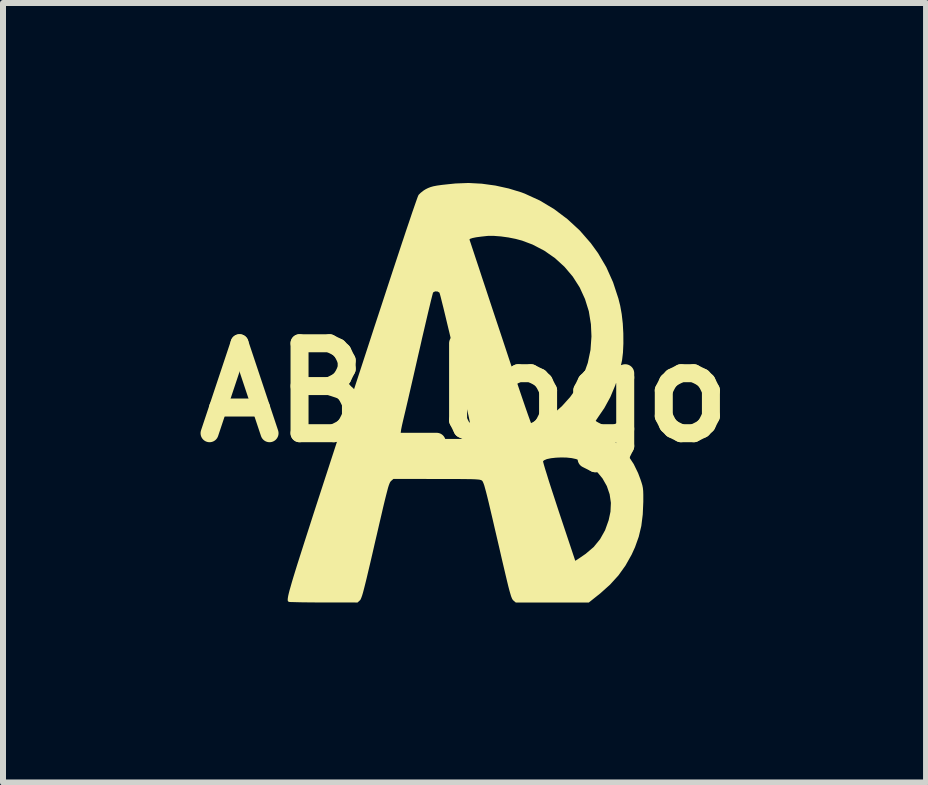
<source format=kicad_pcb>
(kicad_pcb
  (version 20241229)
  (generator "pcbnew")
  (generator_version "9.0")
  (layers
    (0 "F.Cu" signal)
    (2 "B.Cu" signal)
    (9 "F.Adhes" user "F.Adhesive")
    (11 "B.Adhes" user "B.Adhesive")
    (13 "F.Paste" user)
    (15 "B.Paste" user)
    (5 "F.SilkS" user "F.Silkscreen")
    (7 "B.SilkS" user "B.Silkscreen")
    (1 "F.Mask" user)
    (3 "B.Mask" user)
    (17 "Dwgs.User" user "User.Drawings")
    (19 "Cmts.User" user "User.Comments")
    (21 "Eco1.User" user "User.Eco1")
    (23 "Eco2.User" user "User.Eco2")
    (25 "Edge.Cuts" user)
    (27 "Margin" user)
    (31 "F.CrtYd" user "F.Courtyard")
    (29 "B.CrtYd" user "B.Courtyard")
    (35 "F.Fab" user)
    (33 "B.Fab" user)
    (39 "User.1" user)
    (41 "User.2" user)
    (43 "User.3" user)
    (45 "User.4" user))
  (footprint "AB_logo"
    (layer "F.Cu")
    (at 4.693 3.493)
    (property "Reference" "AB_logo" (at 0 0 0) (layer "F.SilkS") (effects (font (size 1.5 1.5) (thickness 0.3))))
    (attr board_only exclude_from_pos_files exclude_from_bom)
    (fp_poly (pts (xy 0.288 -3.481) (xy 0.515 -3.45) (xy 0.737 -3.401) (xy 0.947 -3.337) (xy 1.005 -3.315) (xy 1.256 -3.2) (xy 1.493 -3.058) (xy 1.716 -2.89) (xy 1.921 -2.701) (xy 2.105 -2.49) (xy 2.226 -2.323) (xy 2.363 -2.09) (xy 2.476 -1.838) (xy 2.565 -1.567) (xy 2.595 -1.447) (xy 2.62 -1.308) (xy 2.638 -1.151) (xy 2.647 -0.985) (xy 2.648 -0.819) (xy 2.641 -0.664) (xy 2.626 -0.539) (xy 2.58 -0.329) (xy 2.513 -0.121) (xy 2.43 0.077) (xy 2.331 0.258) (xy 2.228 0.409) (xy 2.187 0.47) (xy 2.169 0.52) (xy 2.168 0.535) (xy 2.178 0.583) (xy 2.202 0.62) (xy 2.234 0.635) (xy 2.236 0.635) (xy 2.267 0.645) (xy 2.314 0.673) (xy 2.374 0.714) (xy 2.441 0.765) (xy 2.509 0.822) (xy 2.574 0.881) (xy 2.619 0.926) (xy 2.731 1.057) (xy 2.82 1.192) (xy 2.893 1.342) (xy 2.93 1.44) (xy 2.95 1.499) (xy 2.964 1.546) (xy 2.973 1.591) (xy 2.978 1.64) (xy 2.98 1.701) (xy 2.98 1.783) (xy 2.98 1.82) (xy 2.971 2.032) (xy 2.947 2.224) (xy 2.904 2.404) (xy 2.842 2.578) (xy 2.785 2.703) (xy 2.683 2.884) (xy 2.565 3.049) (xy 2.426 3.202) (xy 2.262 3.349) (xy 2.224 3.379) (xy 2.072 3.5) (xy 1.463 3.5) (xy 0.854 3.5) (xy 0.813 3.465) (xy 0.805 3.456) (xy 0.796 3.443) (xy 0.787 3.423) (xy 0.776 3.395) (xy 0.764 3.355) (xy 0.749 3.303) (xy 0.731 3.234) (xy 0.71 3.148) (xy 0.685 3.043) (xy 0.655 2.915) (xy 0.619 2.762) (xy 0.578 2.583) (xy 0.55 2.463) (xy 0.504 2.266) (xy 0.465 2.097) (xy 0.431 1.953) (xy 0.403 1.834) (xy 0.379 1.736) (xy 0.359 1.657) (xy 0.342 1.595) (xy 0.329 1.548) (xy 0.317 1.515) (xy 0.307 1.491) (xy 0.299 1.477) (xy 0.291 1.468) (xy 0.281 1.462) (xy 0.267 1.457) (xy 0.246 1.452) (xy 0.215 1.449) (xy 0.172 1.446) (xy 0.115 1.444) (xy 0.039 1.443) (xy -0.057 1.442) (xy -0.176 1.441) (xy -0.321 1.441) (xy -0.465 1.441) (xy -1.185 1.44) (xy -1.225 1.475) (xy -1.233 1.484) (xy -1.242 1.498) (xy -1.251 1.518) (xy -1.262 1.547) (xy -1.275 1.588) (xy -1.289 1.642) (xy -1.307 1.711) (xy -1.329 1.799) (xy -1.355 1.907) (xy -1.385 2.037) (xy -1.421 2.191) (xy -1.463 2.373) (xy -1.486 2.47) (xy -1.531 2.667) (xy -1.57 2.835) (xy -1.604 2.978) (xy -1.632 3.097) (xy -1.656 3.194) (xy -1.676 3.273) (xy -1.692 3.334) (xy -1.706 3.381) (xy -1.718 3.415) (xy -1.728 3.439) (xy -1.736 3.455) (xy -1.745 3.465) (xy -1.745 3.465) (xy -1.783 3.5) (xy -2.343 3.499) (xy -2.473 3.499) (xy -2.593 3.498) (xy -2.699 3.497) (xy -2.789 3.495) (xy -2.859 3.493) (xy -2.905 3.492) (xy -2.924 3.49) (xy -2.931 3.487) (xy -2.937 3.484) (xy -2.942 3.479) (xy -2.946 3.471) (xy -2.947 3.459) (xy -2.947 3.442) (xy -2.944 3.419) (xy -2.939 3.389) (xy -2.93 3.35) (xy -2.918 3.302) (xy -2.901 3.243) (xy -2.881 3.172) (xy -2.856 3.088) (xy -2.826 2.99) (xy -2.791 2.877) (xy -2.75 2.748) (xy -2.703 2.601) (xy -2.65 2.435) (xy -2.59 2.249) (xy -2.524 2.043) (xy -2.45 1.815) (xy -2.368 1.563) (xy -2.278 1.287) (xy -2.232 1.145) (xy 1.309 1.145) (xy 1.312 1.162) (xy 1.324 1.207) (xy 1.344 1.275) (xy 1.372 1.364) (xy 1.405 1.472) (xy 1.445 1.596) (xy 1.49 1.733) (xy 1.538 1.88) (xy 1.572 1.984) (xy 1.846 2.805) (xy 1.887 2.779) (xy 1.92 2.757) (xy 1.968 2.724) (xy 2.022 2.687) (xy 2.025 2.684) (xy 2.153 2.575) (xy 2.259 2.445) (xy 2.343 2.295) (xy 2.403 2.127) (xy 2.433 1.986) (xy 2.44 1.839) (xy 2.419 1.696) (xy 2.372 1.559) (xy 2.3 1.432) (xy 2.207 1.319) (xy 2.096 1.224) (xy 1.967 1.149) (xy 1.86 1.109) (xy 1.786 1.093) (xy 1.701 1.084) (xy 1.611 1.082) (xy 1.523 1.086) (xy 1.442 1.095) (xy 1.374 1.109) (xy 1.327 1.129) (xy 1.309 1.145) (xy -2.232 1.145) (xy -2.18 0.986) (xy -2.087 0.7) (xy -1.065 0.7) (xy -1.061 0.724) (xy -1.053 0.741) (xy -1.046 0.748) (xy -1.037 0.755) (xy -1.022 0.761) (xy -0.998 0.765) (xy -0.963 0.769) (xy -0.913 0.771) (xy -0.846 0.773) (xy -0.757 0.774) (xy -0.644 0.774) (xy -0.504 0.774) (xy -0.464 0.774) (xy 0.092 0.774) (xy 0.116 0.737) (xy 0.121 0.729) (xy 0.123 0.718) (xy 0.124 0.702) (xy 0.123 0.678) (xy 0.118 0.646) (xy 0.111 0.602) (xy 0.1 0.546) (xy 0.085 0.474) (xy 0.066 0.384) (xy 0.041 0.276) (xy 0.012 0.146) (xy -0.023 -0.008) (xy -0.064 -0.186) (xy -0.111 -0.392) (xy -0.13 -0.471) (xy -0.173 -0.657) (xy -0.214 -0.835) (xy -0.253 -1.001) (xy -0.29 -1.154) (xy -0.323 -1.292) (xy -0.352 -1.412) (xy -0.377 -1.511) (xy -0.396 -1.588) (xy -0.41 -1.64) (xy -0.418 -1.664) (xy -0.419 -1.666) (xy -0.45 -1.684) (xy -0.49 -1.686) (xy -0.521 -1.67) (xy -0.523 -1.669) (xy -0.529 -1.651) (xy -0.541 -1.605) (xy -0.559 -1.534) (xy -0.581 -1.442) (xy -0.608 -1.33) (xy -0.638 -1.202) (xy -0.671 -1.06) (xy -0.707 -0.907) (xy -0.735 -0.782) (xy -0.774 -0.614) (xy -0.812 -0.447) (xy -0.849 -0.285) (xy -0.884 -0.133) (xy -0.916 0.006) (xy -0.944 0.128) (xy -0.968 0.23) (xy -0.986 0.307) (xy -0.993 0.336) (xy -1.021 0.454) (xy -1.042 0.545) (xy -1.056 0.614) (xy -1.063 0.664) (xy -1.065 0.7) (xy -2.087 0.7) (xy -2.074 0.658) (xy -1.958 0.303) (xy -1.889 0.09) (xy -1.75 -0.335) (xy -1.621 -0.73) (xy -1.502 -1.096) (xy -1.391 -1.433) (xy -1.29 -1.742) (xy -1.198 -2.022) (xy -1.115 -2.273) (xy -1.041 -2.497) (xy -1.023 -2.55) (xy 0.082 -2.55) (xy 0.082 -2.55) (xy 0.088 -2.533) (xy 0.103 -2.489) (xy 0.126 -2.419) (xy 0.157 -2.326) (xy 0.195 -2.211) (xy 0.24 -2.076) (xy 0.29 -1.923) (xy 0.346 -1.755) (xy 0.406 -1.573) (xy 0.47 -1.379) (xy 0.538 -1.175) (xy 0.603 -0.98) (xy 0.673 -0.769) (xy 0.74 -0.566) (xy 0.804 -0.374) (xy 0.865 -0.194) (xy 0.921 -0.028) (xy 0.972 0.122) (xy 1.017 0.253) (xy 1.056 0.365) (xy 1.088 0.454) (xy 1.112 0.52) (xy 1.127 0.56) (xy 1.133 0.573) (xy 1.153 0.565) (xy 1.192 0.545) (xy 1.247 0.514) (xy 1.307 0.478) (xy 1.47 0.364) (xy 1.623 0.228) (xy 1.76 0.076) (xy 1.874 -0.083) (xy 1.879 -0.092) (xy 1.982 -0.289) (xy 2.055 -0.495) (xy 2.1 -0.71) (xy 2.116 -0.936) (xy 2.107 -1.138) (xy 2.072 -1.354) (xy 2.008 -1.559) (xy 1.919 -1.753) (xy 1.804 -1.933) (xy 1.666 -2.096) (xy 1.507 -2.241) (xy 1.329 -2.365) (xy 1.133 -2.467) (xy 0.96 -2.532) (xy 0.852 -2.561) (xy 0.731 -2.585) (xy 0.608 -2.602) (xy 0.492 -2.611) (xy 0.394 -2.611) (xy 0.379 -2.61) (xy 0.279 -2.599) (xy 0.195 -2.588) (xy 0.132 -2.575) (xy 0.093 -2.562) (xy 0.082 -2.55) (xy -1.023 -2.55) (xy -0.976 -2.692) (xy -0.919 -2.86) (xy -0.872 -3) (xy -0.833 -3.112) (xy -0.803 -3.198) (xy -0.782 -3.257) (xy -0.769 -3.288) (xy -0.766 -3.294) (xy -0.731 -3.329) (xy -0.681 -3.368) (xy -0.647 -3.389) (xy -0.609 -3.408) (xy -0.568 -3.424) (xy -0.519 -3.438) (xy -0.456 -3.45) (xy -0.376 -3.461) (xy -0.275 -3.472) (xy -0.147 -3.485) (xy -0.141 -3.485) (xy 0.067 -3.493)) (stroke (width 0) (type solid)) (fill yes) (layer "F.SilkS")))
  (gr_rect
    (start -3 -3)
    (end 12.386 9.993)
    (stroke (width 0.1) (type default))
    (fill no)
    (layer "Edge.Cuts")))
</source>
